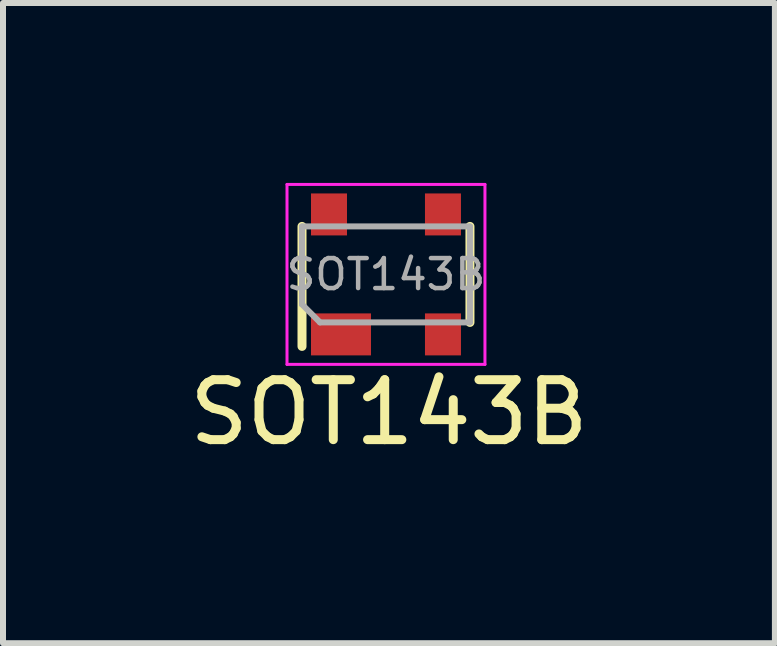
<source format=kicad_pcb>
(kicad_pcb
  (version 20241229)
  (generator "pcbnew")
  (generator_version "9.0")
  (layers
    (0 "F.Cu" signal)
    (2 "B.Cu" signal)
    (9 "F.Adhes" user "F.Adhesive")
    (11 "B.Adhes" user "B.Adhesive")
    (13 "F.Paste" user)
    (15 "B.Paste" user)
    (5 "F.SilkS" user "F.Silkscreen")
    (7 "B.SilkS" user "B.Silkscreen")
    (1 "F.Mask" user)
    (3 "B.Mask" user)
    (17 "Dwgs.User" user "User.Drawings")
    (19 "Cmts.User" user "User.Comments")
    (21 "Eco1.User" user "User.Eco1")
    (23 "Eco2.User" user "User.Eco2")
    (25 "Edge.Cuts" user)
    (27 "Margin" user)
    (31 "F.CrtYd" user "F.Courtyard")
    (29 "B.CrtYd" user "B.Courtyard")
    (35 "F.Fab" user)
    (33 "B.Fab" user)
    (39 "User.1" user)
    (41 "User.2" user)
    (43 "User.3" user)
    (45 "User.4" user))
  (footprint "SOT143B"
    (layer "F.Cu")
    (at 3.385 1.525)
    (property "Reference" "SOT143B" (at 0.05 2.3 0) (layer "F.SilkS") (effects (font (size 1 1) (thickness 0.15))))
    (attr through_hole)
    (fp_line (start -1.4 -0.8) (end -1.4 1.2) (stroke (width 0.15) (type solid)) (layer "F.SilkS"))
    (fp_line (start 1.4 -0.8) (end 1.4 0.8) (stroke (width 0.15) (type solid)) (layer "F.SilkS"))
    (fp_line (start -1.65 -1.5) (end 1.65 -1.5) (stroke (width 0.05) (type solid)) (layer "F.CrtYd"))
    (fp_line (start -1.65 1.5) (end -1.65 -1.5) (stroke (width 0.05) (type solid)) (layer "F.CrtYd"))
    (fp_line (start 1.65 -1.5) (end 1.65 1.5) (stroke (width 0.05) (type solid)) (layer "F.CrtYd"))
    (fp_line (start 1.65 1.5) (end -1.65 1.5) (stroke (width 0.05) (type solid)) (layer "F.CrtYd"))
    (fp_line (start -1.4 -0.8) (end 1.4 -0.8) (stroke (width 0.1) (type solid)) (layer "F.Fab"))
    (fp_line (start -1.4 0.5) (end -1.4 -0.8) (stroke (width 0.1) (type solid)) (layer "F.Fab"))
    (fp_line (start -1.1 0.8) (end -1.4 0.5) (stroke (width 0.1) (type solid)) (layer "F.Fab"))
    (fp_line (start 1.4 -0.8) (end 1.4 0.8) (stroke (width 0.1) (type solid)) (layer "F.Fab"))
    (fp_line (start 1.4 0.8) (end -1.1 0.8) (stroke (width 0.1) (type solid)) (layer "F.Fab"))
    (fp_text user "${REFERENCE}" (at 0 0 0) (layer "F.Fab") (effects (font (size 0.5 0.5) (thickness 0.075))))
    (pad "1" smd rect (at -0.75 1) (size 1 0.7) (layers "F.Cu" "F.Mask" "F.Paste"))
    (pad "2" smd rect (at 0.95 1) (size 0.6 0.7) (layers "F.Cu" "F.Mask" "F.Paste"))
    (pad "3" smd rect (at 0.95 -1) (size 0.6 0.7) (layers "F.Cu" "F.Mask" "F.Paste"))
    (pad "4" smd rect (at -0.95 -1) (size 0.6 0.7) (layers "F.Cu" "F.Mask" "F.Paste")))
  (gr_rect
    (start -3 -3)
    (end 9.869 7.673)
    (stroke (width 0.1) (type default))
    (fill no)
    (layer "Edge.Cuts")))
</source>
